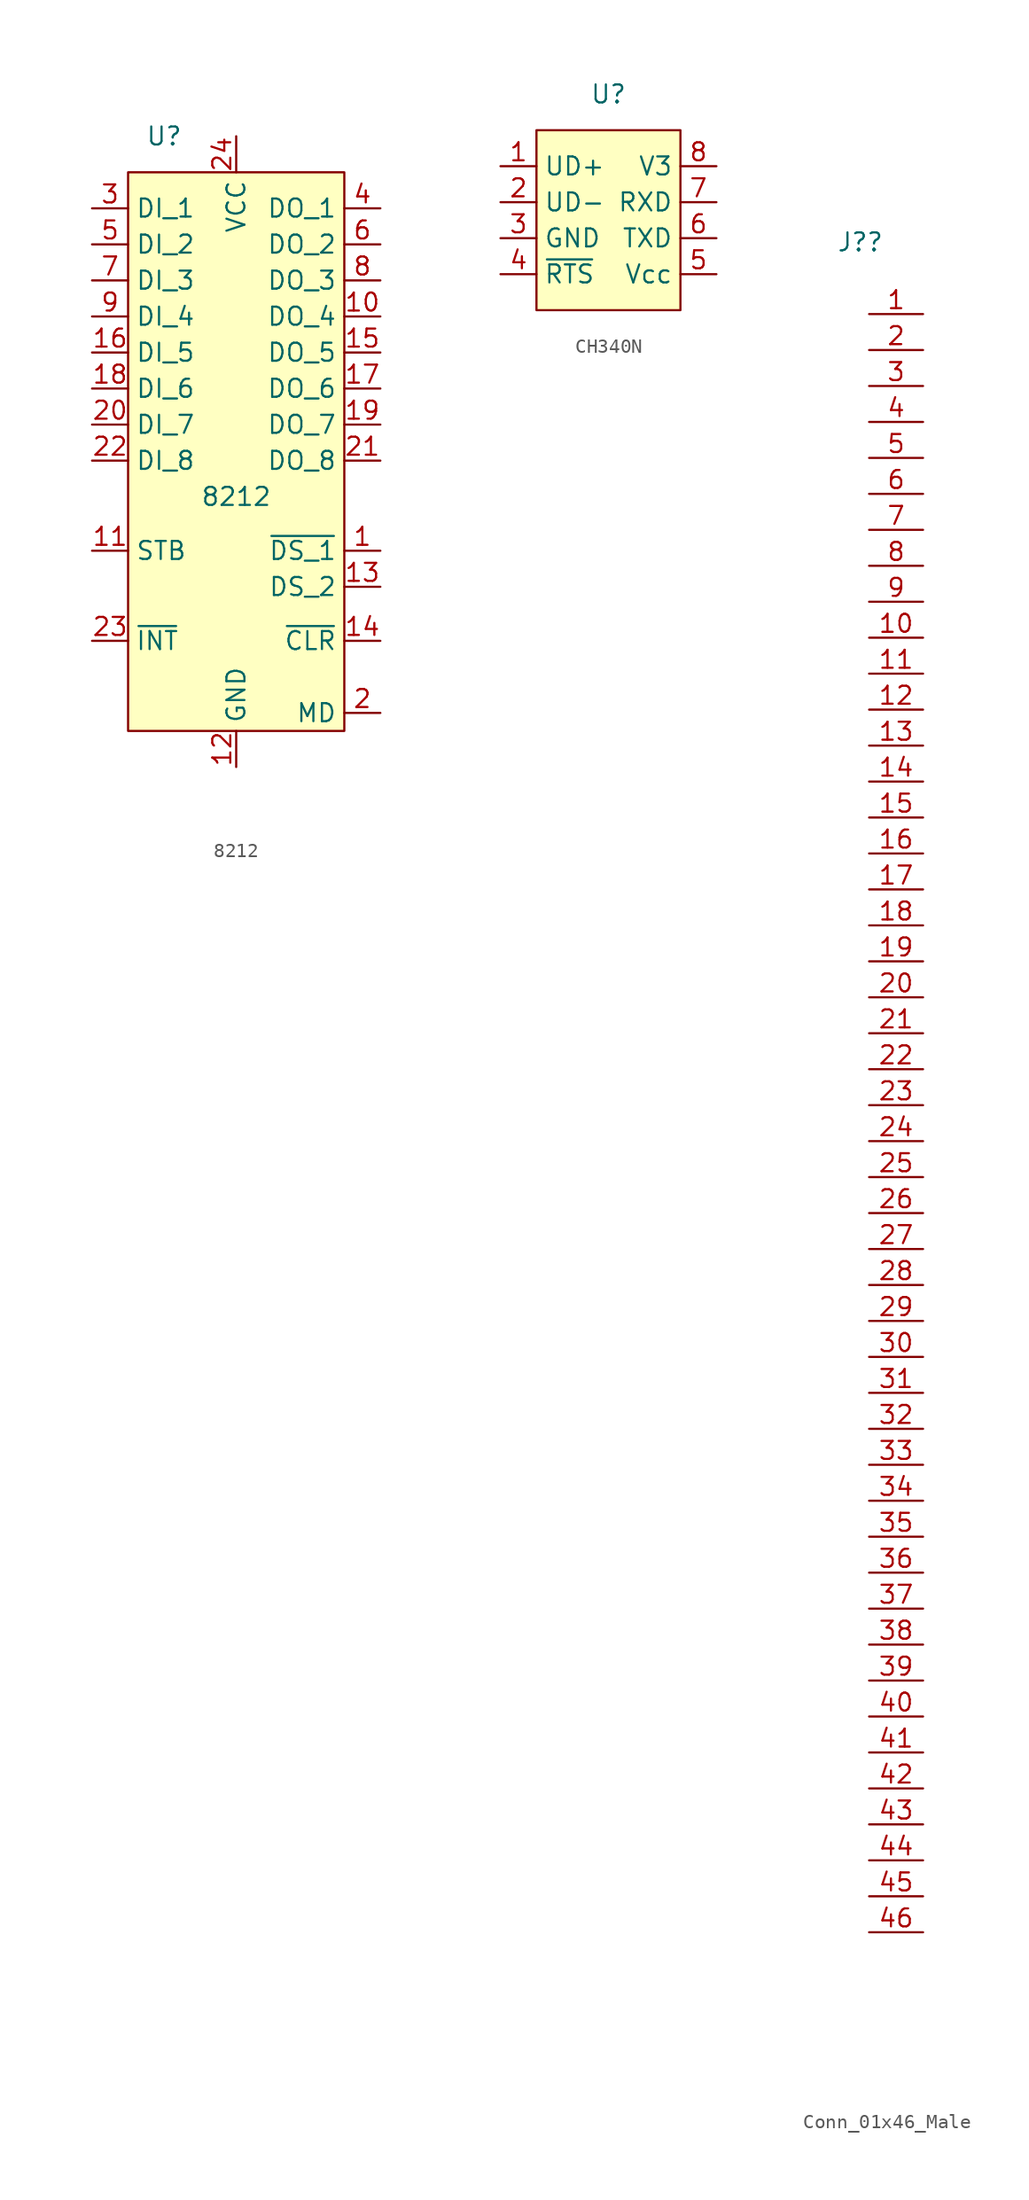
<source format=kicad_sym>
(kicad_symbol_lib
  (version 20220914)
  (generator kicad_symbol_editor)
  (symbol "8212"
    (property "Reference" "U"
      (at -5.08 21.59 0)
      (effects (font (size 1.27 1.27))))
    (property "Value" "8212"
      (at 0 -3.81 0)
      (effects (font (size 1.27 1.27))))
    (symbol "8212_0_1"
      (rectangle (start -7.62 19.05) (end 7.62 -20.32) (stroke (width 0) (type default)) (fill (type background))))
    (symbol "8212_1_1"
      (pin input line (at 10.16 -7.62 180) (length 2.54) (name "~{DS_1}" (effects (font (size 1.27 1.27)))) (number "1" (effects (font (size 1.27 1.27)))))
      (pin output line (at 10.16 8.89 180) (length 2.54) (name "DO_4" (effects (font (size 1.27 1.27)))) (number "10" (effects (font (size 1.27 1.27)))))
      (pin input line (at -10.16 -7.62 0) (length 2.54) (name "STB" (effects (font (size 1.27 1.27)))) (number "11" (effects (font (size 1.27 1.27)))))
      (pin power_out line (at 0 -22.86 90) (length 2.54) (name "GND" (effects (font (size 1.27 1.27)))) (number "12" (effects (font (size 1.27 1.27)))))
      (pin input line (at 10.16 -10.16 180) (length 2.54) (name "DS_2" (effects (font (size 1.27 1.27)))) (number "13" (effects (font (size 1.27 1.27)))))
      (pin output line (at 10.16 -13.97 180) (length 2.54) (name "~{CLR}" (effects (font (size 1.27 1.27)))) (number "14" (effects (font (size 1.27 1.27)))))
      (pin output line (at 10.16 6.35 180) (length 2.54) (name "DO_5" (effects (font (size 1.27 1.27)))) (number "15" (effects (font (size 1.27 1.27)))))
      (pin input line (at -10.16 6.35 0) (length 2.54) (name "DI_5" (effects (font (size 1.27 1.27)))) (number "16" (effects (font (size 1.27 1.27)))))
      (pin output line (at 10.16 3.81 180) (length 2.54) (name "DO_6" (effects (font (size 1.27 1.27)))) (number "17" (effects (font (size 1.27 1.27)))))
      (pin input line (at -10.16 3.81 0) (length 2.54) (name "DI_6" (effects (font (size 1.27 1.27)))) (number "18" (effects (font (size 1.27 1.27)))))
      (pin output line (at 10.16 1.27 180) (length 2.54) (name "DO_7" (effects (font (size 1.27 1.27)))) (number "19" (effects (font (size 1.27 1.27)))))
      (pin input line (at 10.16 -19.05 180) (length 2.54) (name "MD" (effects (font (size 1.27 1.27)))) (number "2" (effects (font (size 1.27 1.27)))))
      (pin input line (at -10.16 1.27 0) (length 2.54) (name "DI_7" (effects (font (size 1.27 1.27)))) (number "20" (effects (font (size 1.27 1.27)))))
      (pin output line (at 10.16 -1.27 180) (length 2.54) (name "DO_8" (effects (font (size 1.27 1.27)))) (number "21" (effects (font (size 1.27 1.27)))))
      (pin input line (at -10.16 -1.27 0) (length 2.54) (name "DI_8" (effects (font (size 1.27 1.27)))) (number "22" (effects (font (size 1.27 1.27)))))
      (pin output line (at -10.16 -13.97 0) (length 2.54) (name "~{INT}" (effects (font (size 1.27 1.27)))) (number "23" (effects (font (size 1.27 1.27)))))
      (pin power_in line (at 0 21.59 270) (length 2.54) (name "VCC" (effects (font (size 1.27 1.27)))) (number "24" (effects (font (size 1.27 1.27)))))
      (pin input line (at -10.16 16.51 0) (length 2.54) (name "DI_1" (effects (font (size 1.27 1.27)))) (number "3" (effects (font (size 1.27 1.27)))))
      (pin output line (at 10.16 16.51 180) (length 2.54) (name "DO_1" (effects (font (size 1.27 1.27)))) (number "4" (effects (font (size 1.27 1.27)))))
      (pin input line (at -10.16 13.97 0) (length 2.54) (name "DI_2" (effects (font (size 1.27 1.27)))) (number "5" (effects (font (size 1.27 1.27)))))
      (pin output line (at 10.16 13.97 180) (length 2.54) (name "DO_2" (effects (font (size 1.27 1.27)))) (number "6" (effects (font (size 1.27 1.27)))))
      (pin input line (at -10.16 11.43 0) (length 2.54) (name "DI_3" (effects (font (size 1.27 1.27)))) (number "7" (effects (font (size 1.27 1.27)))))
      (pin output line (at 10.16 11.43 180) (length 2.54) (name "DO_3" (effects (font (size 1.27 1.27)))) (number "8" (effects (font (size 1.27 1.27)))))
      (pin input line (at -10.16 8.89 0) (length 2.54) (name "DI_4" (effects (font (size 1.27 1.27)))) (number "9" (effects (font (size 1.27 1.27)))))))
  (symbol "CH340N"
    (property "Reference" "U"
      (at 0 5.08 0)
      (effects (font (size 1.27 1.27))))
    (property "Value" ""
      (at 0 0 0)
      (effects (font (size 1.27 1.27))))
    (symbol "CH340N_1_1"
      (rectangle (start -5.08 2.54) (end 5.08 -10.16) (stroke (width 0) (type default)) (fill (type background)))
      (pin input line (at -7.62 0 0) (length 2.54) (name "UD+" (effects (font (size 1.27 1.27)))) (number "1" (effects (font (size 1.27 1.27)))))
      (pin input line (at -7.62 -2.54 0) (length 2.54) (name "UD-" (effects (font (size 1.27 1.27)))) (number "2" (effects (font (size 1.27 1.27)))))
      (pin input line (at -7.62 -5.08 0) (length 2.54) (name "GND" (effects (font (size 1.27 1.27)))) (number "3" (effects (font (size 1.27 1.27)))))
      (pin output line (at -7.62 -7.62 0) (length 2.54) (name "~{RTS}" (effects (font (size 1.27 1.27)))) (number "4" (effects (font (size 1.27 1.27)))))
      (pin input line (at 7.62 -7.62 180) (length 2.54) (name "Vcc" (effects (font (size 1.27 1.27)))) (number "5" (effects (font (size 1.27 1.27)))))
      (pin output line (at 7.62 -5.08 180) (length 2.54) (name "TXD" (effects (font (size 1.27 1.27)))) (number "6" (effects (font (size 1.27 1.27)))))
      (pin input line (at 7.62 -2.54 180) (length 2.54) (name "RXD" (effects (font (size 1.27 1.27)))) (number "7" (effects (font (size 1.27 1.27)))))
      (pin input line (at 7.62 0 180) (length 2.54) (name "V3" (effects (font (size 1.27 1.27)))) (number "8" (effects (font (size 1.27 1.27)))))))
  (symbol "Conn_01x46_Male"
    (pin_names
      (offset 1.016) hide)
    (property "Reference" "J?"
      (at 0.648 53.34 0)
      (effects (font (size 1.27 1.27))))
    (symbol "Conn_01x46_Male_1_1"
      (pin passive line (at 5.08 48.26 180) (length 3.81) (name "Pin_1" (effects (font (size 1.27 1.27)))) (number "1" (effects (font (size 1.27 1.27)))))
      (pin passive line (at 5.08 25.4 180) (length 3.81) (name "Pin_10" (effects (font (size 1.27 1.27)))) (number "10" (effects (font (size 1.27 1.27)))))
      (pin passive line (at 5.08 22.86 180) (length 3.81) (name "Pin_11" (effects (font (size 1.27 1.27)))) (number "11" (effects (font (size 1.27 1.27)))))
      (pin passive line (at 5.08 20.32 180) (length 3.81) (name "Pin_12" (effects (font (size 1.27 1.27)))) (number "12" (effects (font (size 1.27 1.27)))))
      (pin passive line (at 5.08 17.78 180) (length 3.81) (name "Pin_13" (effects (font (size 1.27 1.27)))) (number "13" (effects (font (size 1.27 1.27)))))
      (pin passive line (at 5.08 15.24 180) (length 3.81) (name "Pin_14" (effects (font (size 1.27 1.27)))) (number "14" (effects (font (size 1.27 1.27)))))
      (pin passive line (at 5.08 12.7 180) (length 3.81) (name "Pin_15" (effects (font (size 1.27 1.27)))) (number "15" (effects (font (size 1.27 1.27)))))
      (pin passive line (at 5.08 10.16 180) (length 3.81) (name "Pin_16" (effects (font (size 1.27 1.27)))) (number "16" (effects (font (size 1.27 1.27)))))
      (pin passive line (at 5.08 7.62 180) (length 3.81) (name "Pin_17" (effects (font (size 1.27 1.27)))) (number "17" (effects (font (size 1.27 1.27)))))
      (pin passive line (at 5.08 5.08 180) (length 3.81) (name "Pin_18" (effects (font (size 1.27 1.27)))) (number "18" (effects (font (size 1.27 1.27)))))
      (pin passive line (at 5.08 2.54 180) (length 3.81) (name "Pin_19" (effects (font (size 1.27 1.27)))) (number "19" (effects (font (size 1.27 1.27)))))
      (pin passive line (at 5.08 45.72 180) (length 3.81) (name "Pin_2" (effects (font (size 1.27 1.27)))) (number "2" (effects (font (size 1.27 1.27)))))
      (pin passive line (at 5.08 0 180) (length 3.81) (name "Pin_20" (effects (font (size 1.27 1.27)))) (number "20" (effects (font (size 1.27 1.27)))))
      (pin passive line (at 5.08 -2.54 180) (length 3.81) (name "Pin_21" (effects (font (size 1.27 1.27)))) (number "21" (effects (font (size 1.27 1.27)))))
      (pin passive line (at 5.08 -5.08 180) (length 3.81) (name "Pin_22" (effects (font (size 1.27 1.27)))) (number "22" (effects (font (size 1.27 1.27)))))
      (pin passive line (at 5.08 -7.62 180) (length 3.81) (name "Pin_23" (effects (font (size 1.27 1.27)))) (number "23" (effects (font (size 1.27 1.27)))))
      (pin passive line (at 5.08 -10.16 180) (length 3.81) (name "Pin_24" (effects (font (size 1.27 1.27)))) (number "24" (effects (font (size 1.27 1.27)))))
      (pin passive line (at 5.08 -12.7 180) (length 3.81) (name "Pin_25" (effects (font (size 1.27 1.27)))) (number "25" (effects (font (size 1.27 1.27)))))
      (pin passive line (at 5.08 -15.24 180) (length 3.81) (name "Pin_26" (effects (font (size 1.27 1.27)))) (number "26" (effects (font (size 1.27 1.27)))))
      (pin passive line (at 5.08 -17.78 180) (length 3.81) (name "Pin_27" (effects (font (size 1.27 1.27)))) (number "27" (effects (font (size 1.27 1.27)))))
      (pin passive line (at 5.08 -20.32 180) (length 3.81) (name "Pin_28" (effects (font (size 1.27 1.27)))) (number "28" (effects (font (size 1.27 1.27)))))
      (pin passive line (at 5.08 -22.86 180) (length 3.81) (name "Pin_29" (effects (font (size 1.27 1.27)))) (number "29" (effects (font (size 1.27 1.27)))))
      (pin passive line (at 5.08 43.18 180) (length 3.81) (name "Pin_3" (effects (font (size 1.27 1.27)))) (number "3" (effects (font (size 1.27 1.27)))))
      (pin passive line (at 5.08 -25.4 180) (length 3.81) (name "Pin_30" (effects (font (size 1.27 1.27)))) (number "30" (effects (font (size 1.27 1.27)))))
      (pin passive line (at 5.08 -27.94 180) (length 3.81) (name "Pin_31" (effects (font (size 1.27 1.27)))) (number "31" (effects (font (size 1.27 1.27)))))
      (pin passive line (at 5.08 -30.48 180) (length 3.81) (name "Pin_32" (effects (font (size 1.27 1.27)))) (number "32" (effects (font (size 1.27 1.27)))))
      (pin passive line (at 5.08 -33.02 180) (length 3.81) (name "Pin_33" (effects (font (size 1.27 1.27)))) (number "33" (effects (font (size 1.27 1.27)))))
      (pin passive line (at 5.08 -35.56 180) (length 3.81) (name "Pin_34" (effects (font (size 1.27 1.27)))) (number "34" (effects (font (size 1.27 1.27)))))
      (pin passive line (at 5.08 -38.1 180) (length 3.81) (name "Pin_35" (effects (font (size 1.27 1.27)))) (number "35" (effects (font (size 1.27 1.27)))))
      (pin passive line (at 5.08 -40.64 180) (length 3.81) (name "Pin_36" (effects (font (size 1.27 1.27)))) (number "36" (effects (font (size 1.27 1.27)))))
      (pin passive line (at 5.08 -43.18 180) (length 3.81) (name "Pin_37" (effects (font (size 1.27 1.27)))) (number "37" (effects (font (size 1.27 1.27)))))
      (pin passive line (at 5.08 -45.72 180) (length 3.81) (name "Pin_38" (effects (font (size 1.27 1.27)))) (number "38" (effects (font (size 1.27 1.27)))))
      (pin passive line (at 5.08 -48.26 180) (length 3.81) (name "Pin_39" (effects (font (size 1.27 1.27)))) (number "39" (effects (font (size 1.27 1.27)))))
      (pin passive line (at 5.08 40.64 180) (length 3.81) (name "Pin_4" (effects (font (size 1.27 1.27)))) (number "4" (effects (font (size 1.27 1.27)))))
      (pin passive line (at 5.08 -50.8 180) (length 3.81) (name "Pin_40" (effects (font (size 1.27 1.27)))) (number "40" (effects (font (size 1.27 1.27)))))
      (pin passive line (at 5.08 -53.34 180) (length 3.81) (name "Pin_41" (effects (font (size 1.27 1.27)))) (number "41" (effects (font (size 1.27 1.27)))))
      (pin passive line (at 5.08 -55.88 180) (length 3.81) (name "Pin_42" (effects (font (size 1.27 1.27)))) (number "42" (effects (font (size 1.27 1.27)))))
      (pin passive line (at 5.08 -58.42 180) (length 3.81) (name "Pin_43" (effects (font (size 1.27 1.27)))) (number "43" (effects (font (size 1.27 1.27)))))
      (pin passive line (at 5.08 -60.96 180) (length 3.81) (name "Pin_44" (effects (font (size 1.27 1.27)))) (number "44" (effects (font (size 1.27 1.27)))))
      (pin passive line (at 5.08 -63.5 180) (length 3.81) (name "Pin_45" (effects (font (size 1.27 1.27)))) (number "45" (effects (font (size 1.27 1.27)))))
      (pin passive line (at 5.08 -66.04 180) (length 3.81) (name "Pin_46" (effects (font (size 1.27 1.27)))) (number "46" (effects (font (size 1.27 1.27)))))
      (pin passive line (at 5.08 38.1 180) (length 3.81) (name "Pin_5" (effects (font (size 1.27 1.27)))) (number "5" (effects (font (size 1.27 1.27)))))
      (pin passive line (at 5.08 35.56 180) (length 3.81) (name "Pin_6" (effects (font (size 1.27 1.27)))) (number "6" (effects (font (size 1.27 1.27)))))
      (pin passive line (at 5.08 33.02 180) (length 3.81) (name "Pin_7" (effects (font (size 1.27 1.27)))) (number "7" (effects (font (size 1.27 1.27)))))
      (pin passive line (at 5.08 30.48 180) (length 3.81) (name "Pin_8" (effects (font (size 1.27 1.27)))) (number "8" (effects (font (size 1.27 1.27)))))
      (pin passive line (at 5.08 27.94 180) (length 3.81) (name "Pin_9" (effects (font (size 1.27 1.27)))) (number "9" (effects (font (size 1.27 1.27))))))))
</source>
